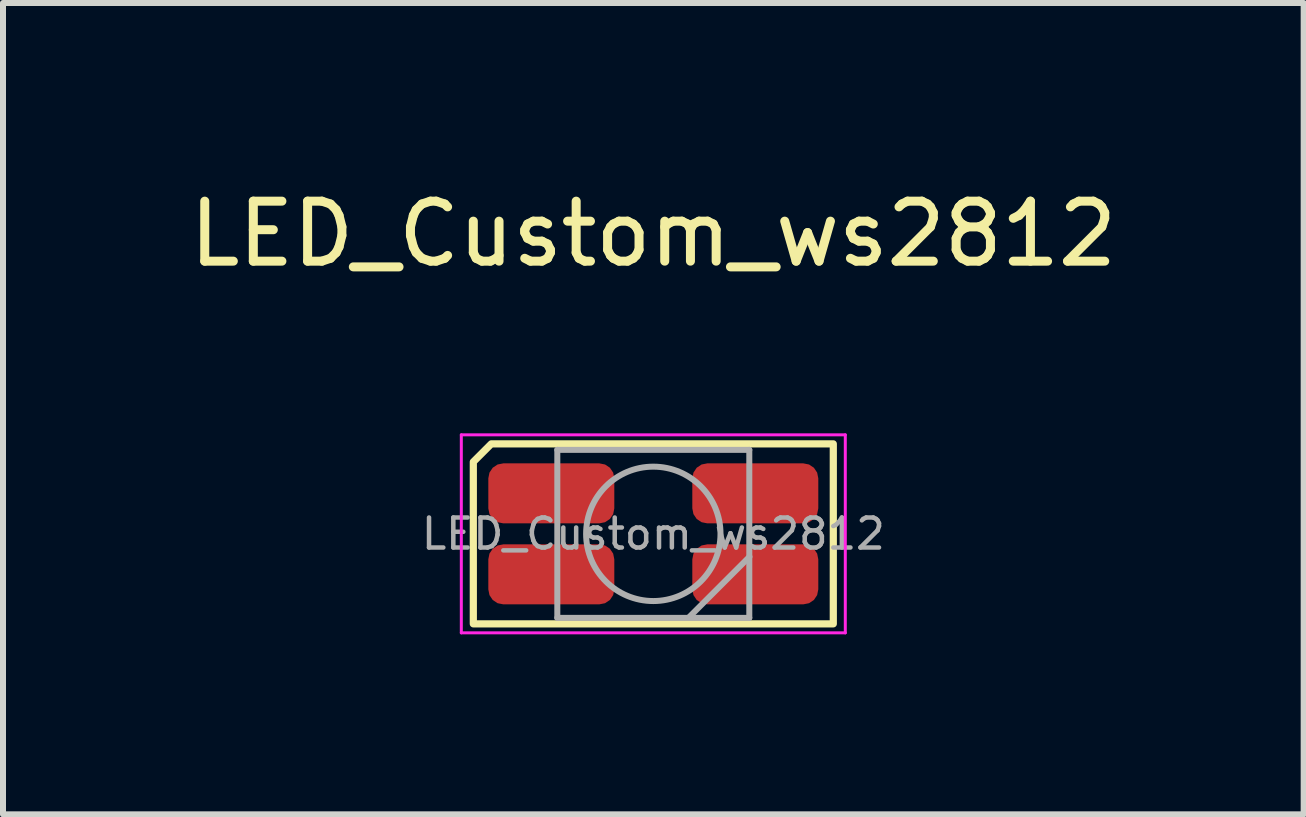
<source format=kicad_pcb>
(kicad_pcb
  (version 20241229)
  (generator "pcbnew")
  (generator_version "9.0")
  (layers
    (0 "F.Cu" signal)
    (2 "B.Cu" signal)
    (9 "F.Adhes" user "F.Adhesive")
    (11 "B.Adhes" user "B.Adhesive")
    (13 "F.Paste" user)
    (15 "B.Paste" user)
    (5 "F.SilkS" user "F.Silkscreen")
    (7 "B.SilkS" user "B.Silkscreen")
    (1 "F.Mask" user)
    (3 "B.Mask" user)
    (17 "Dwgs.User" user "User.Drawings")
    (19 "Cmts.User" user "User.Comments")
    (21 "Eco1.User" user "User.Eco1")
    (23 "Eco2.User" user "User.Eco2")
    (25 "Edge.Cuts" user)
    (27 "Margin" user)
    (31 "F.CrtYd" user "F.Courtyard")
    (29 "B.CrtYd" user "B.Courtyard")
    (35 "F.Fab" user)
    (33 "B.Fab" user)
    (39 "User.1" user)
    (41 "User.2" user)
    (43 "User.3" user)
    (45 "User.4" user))
  (footprint "LED_Custom_ws2812"
    (layer "F.Cu")
    (at 7.839 5.848)
    (property "Reference" "LED_Custom_ws2812" (at 0 -5 180) (layer "F.SilkS") (effects (font (size 1 1) (thickness 0.15))))
    (attr smd)
    (fp_poly (pts (xy -3 -1.2) (xy -3 1.5) (xy 3 1.5) (xy 3 -1.5) (xy -2.7 -1.5)) (stroke (width 0.12) (type solid)) (fill no) (layer "F.SilkS"))
    (fp_line (start -3.2 -1.65) (end -3.2 1.65) (stroke (width 0.05) (type solid)) (layer "F.CrtYd"))
    (fp_line (start -3.2 1.65) (end 3.2 1.65) (stroke (width 0.05) (type solid)) (layer "F.CrtYd"))
    (fp_line (start 3.2 -1.65) (end -3.2 -1.65) (stroke (width 0.05) (type solid)) (layer "F.CrtYd"))
    (fp_line (start 3.2 1.65) (end 3.2 -1.65) (stroke (width 0.05) (type solid)) (layer "F.CrtYd"))
    (fp_line (start -1.6 -1.4) (end -1.6 1.4) (stroke (width 0.1) (type solid)) (layer "F.Fab"))
    (fp_line (start -1.6 1.4) (end 1.6 1.4) (stroke (width 0.1) (type solid)) (layer "F.Fab"))
    (fp_line (start 1.6 -1.4) (end -1.6 -1.4) (stroke (width 0.1) (type solid)) (layer "F.Fab"))
    (fp_line (start 1.6 1.4) (end 1.6 -1.4) (stroke (width 0.1) (type solid)) (layer "F.Fab"))
    (fp_line (start 1.603 0.382) (end 0.603 1.382) (stroke (width 0.1) (type solid)) (layer "F.Fab"))
    (fp_circle (center 0 0) (end 1.12 0) (stroke (width 0.1) (type solid)) (fill no) (layer "F.Fab"))
    (fp_text user "${REFERENCE}" (at 0 0 180) (layer "F.Fab") (effects (font (size 0.5 0.5) (thickness 0.075))))
    (pad "1" smd roundrect (at -1.7 -0.675) (size 2.1 1) (layers "F.Cu" "F.Mask" "F.Paste") (roundrect_rratio 0.25))
    (pad "2" smd roundrect (at -1.7 0.675) (size 2.1 1) (layers "F.Cu" "F.Mask" "F.Paste") (roundrect_rratio 0.25))
    (pad "3" smd roundrect (at 1.7 0.675) (size 2.1 1) (layers "F.Cu" "F.Mask" "F.Paste") (roundrect_rratio 0.25))
    (pad "4" smd roundrect (at 1.7 -0.675) (size 2.1 1) (layers "F.Cu" "F.Mask" "F.Paste") (roundrect_rratio 0.25)))
  (gr_rect
    (start -3 -3)
    (end 18.679 10.523)
    (stroke (width 0.1) (type default))
    (fill no)
    (layer "Edge.Cuts")))
</source>
